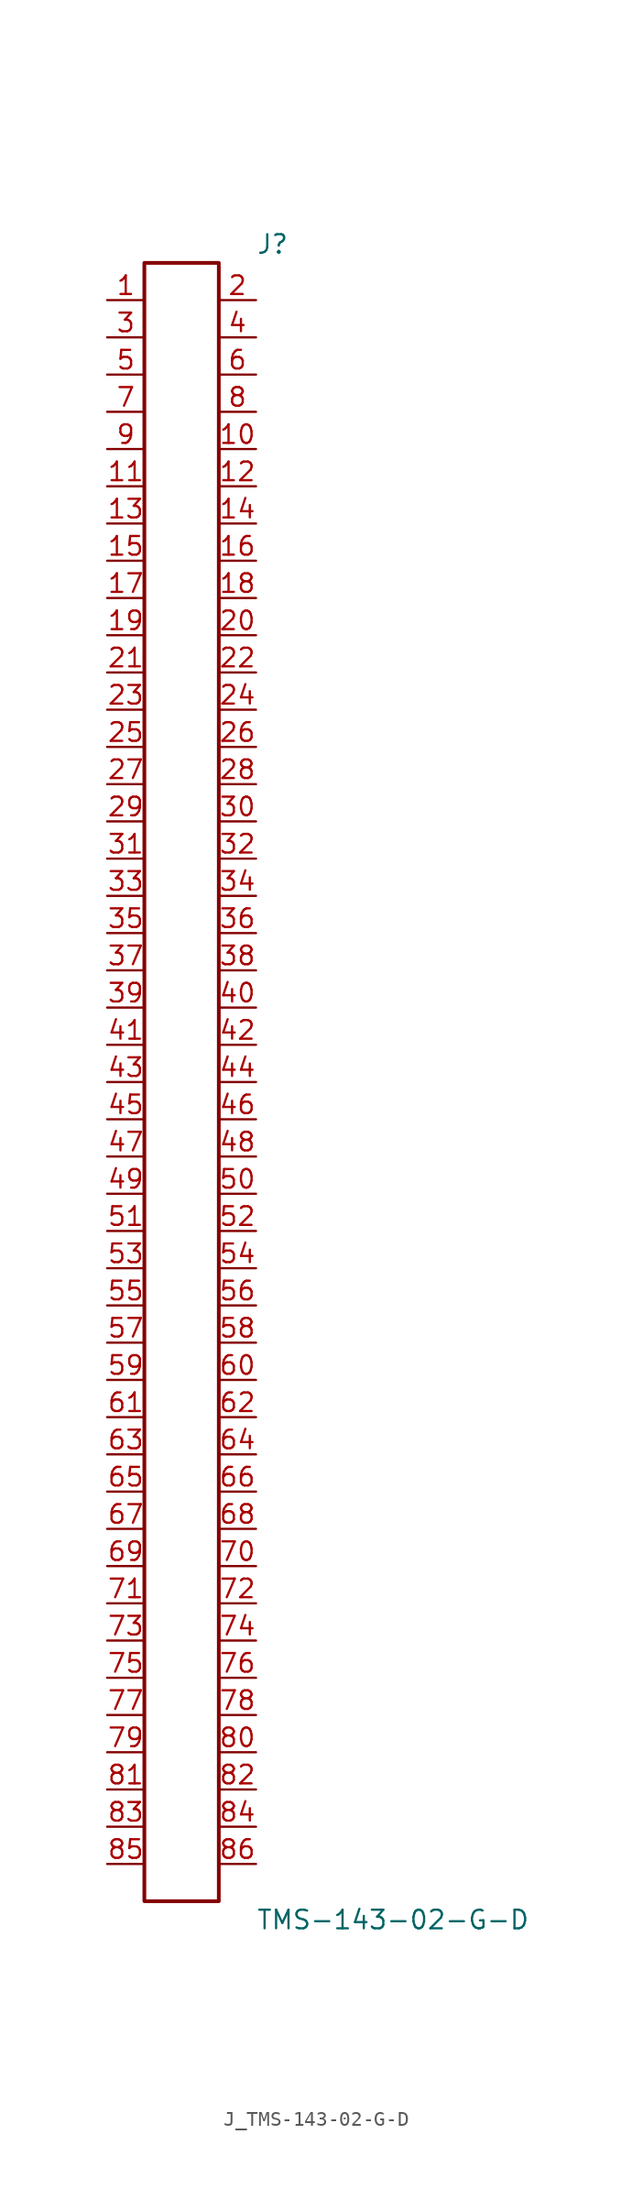
<source format=kicad_sym>
(kicad_symbol_lib
  (version 20231120)
  (generator kicad_symbol_editor)
  (generator_version 8.0)
  (symbol "J_TMS-143-02-G-D"
    (pin_names
      (offset 0.254))
    (property "Reference" "J"
      (at 5.08 57.15 0)
      (effects (font (size 1.27 1.27)) (justify left)))
    (property "Value" "TMS-143-02-G-D"
      (at 5.08 -57.15 0)
      (effects (font (size 1.27 1.27)) (justify left)))
    (symbol "J_TMS-143-02-G-D_0_0"
      (pin unspecified line (at -5.08 53.34 0) (length 2.54) (name "" (effects (font (size 1.27 1.27)))) (number "1" (effects (font (size 1.27 1.27)))))
      (pin unspecified line (at 5.08 53.34 180) (length 2.54) (name "" (effects (font (size 1.27 1.27)))) (number "2" (effects (font (size 1.27 1.27)))))
      (pin unspecified line (at -5.08 50.8 0) (length 2.54) (name "" (effects (font (size 1.27 1.27)))) (number "3" (effects (font (size 1.27 1.27)))))
      (pin unspecified line (at 5.08 50.8 180) (length 2.54) (name "" (effects (font (size 1.27 1.27)))) (number "4" (effects (font (size 1.27 1.27)))))
      (pin unspecified line (at -5.08 48.26 0) (length 2.54) (name "" (effects (font (size 1.27 1.27)))) (number "5" (effects (font (size 1.27 1.27)))))
      (pin unspecified line (at 5.08 48.26 180) (length 2.54) (name "" (effects (font (size 1.27 1.27)))) (number "6" (effects (font (size 1.27 1.27)))))
      (pin unspecified line (at -5.08 45.72 0) (length 2.54) (name "" (effects (font (size 1.27 1.27)))) (number "7" (effects (font (size 1.27 1.27)))))
      (pin unspecified line (at 5.08 45.72 180) (length 2.54) (name "" (effects (font (size 1.27 1.27)))) (number "8" (effects (font (size 1.27 1.27)))))
      (pin unspecified line (at -5.08 43.18 0) (length 2.54) (name "" (effects (font (size 1.27 1.27)))) (number "9" (effects (font (size 1.27 1.27)))))
      (pin unspecified line (at 5.08 43.18 180) (length 2.54) (name "" (effects (font (size 1.27 1.27)))) (number "10" (effects (font (size 1.27 1.27)))))
      (pin unspecified line (at -5.08 40.64 0) (length 2.54) (name "" (effects (font (size 1.27 1.27)))) (number "11" (effects (font (size 1.27 1.27)))))
      (pin unspecified line (at 5.08 40.64 180) (length 2.54) (name "" (effects (font (size 1.27 1.27)))) (number "12" (effects (font (size 1.27 1.27)))))
      (pin unspecified line (at -5.08 38.1 0) (length 2.54) (name "" (effects (font (size 1.27 1.27)))) (number "13" (effects (font (size 1.27 1.27)))))
      (pin unspecified line (at 5.08 38.1 180) (length 2.54) (name "" (effects (font (size 1.27 1.27)))) (number "14" (effects (font (size 1.27 1.27)))))
      (pin unspecified line (at -5.08 35.56 0) (length 2.54) (name "" (effects (font (size 1.27 1.27)))) (number "15" (effects (font (size 1.27 1.27)))))
      (pin unspecified line (at 5.08 35.56 180) (length 2.54) (name "" (effects (font (size 1.27 1.27)))) (number "16" (effects (font (size 1.27 1.27)))))
      (pin unspecified line (at -5.08 33.02 0) (length 2.54) (name "" (effects (font (size 1.27 1.27)))) (number "17" (effects (font (size 1.27 1.27)))))
      (pin unspecified line (at 5.08 33.02 180) (length 2.54) (name "" (effects (font (size 1.27 1.27)))) (number "18" (effects (font (size 1.27 1.27)))))
      (pin unspecified line (at -5.08 30.48 0) (length 2.54) (name "" (effects (font (size 1.27 1.27)))) (number "19" (effects (font (size 1.27 1.27)))))
      (pin unspecified line (at 5.08 30.48 180) (length 2.54) (name "" (effects (font (size 1.27 1.27)))) (number "20" (effects (font (size 1.27 1.27)))))
      (pin unspecified line (at -5.08 27.94 0) (length 2.54) (name "" (effects (font (size 1.27 1.27)))) (number "21" (effects (font (size 1.27 1.27)))))
      (pin unspecified line (at 5.08 27.94 180) (length 2.54) (name "" (effects (font (size 1.27 1.27)))) (number "22" (effects (font (size 1.27 1.27)))))
      (pin unspecified line (at -5.08 25.4 0) (length 2.54) (name "" (effects (font (size 1.27 1.27)))) (number "23" (effects (font (size 1.27 1.27)))))
      (pin unspecified line (at 5.08 25.4 180) (length 2.54) (name "" (effects (font (size 1.27 1.27)))) (number "24" (effects (font (size 1.27 1.27)))))
      (pin unspecified line (at -5.08 22.86 0) (length 2.54) (name "" (effects (font (size 1.27 1.27)))) (number "25" (effects (font (size 1.27 1.27)))))
      (pin unspecified line (at 5.08 22.86 180) (length 2.54) (name "" (effects (font (size 1.27 1.27)))) (number "26" (effects (font (size 1.27 1.27)))))
      (pin unspecified line (at -5.08 20.32 0) (length 2.54) (name "" (effects (font (size 1.27 1.27)))) (number "27" (effects (font (size 1.27 1.27)))))
      (pin unspecified line (at 5.08 20.32 180) (length 2.54) (name "" (effects (font (size 1.27 1.27)))) (number "28" (effects (font (size 1.27 1.27)))))
      (pin unspecified line (at -5.08 17.78 0) (length 2.54) (name "" (effects (font (size 1.27 1.27)))) (number "29" (effects (font (size 1.27 1.27)))))
      (pin unspecified line (at 5.08 17.78 180) (length 2.54) (name "" (effects (font (size 1.27 1.27)))) (number "30" (effects (font (size 1.27 1.27)))))
      (pin unspecified line (at -5.08 15.24 0) (length 2.54) (name "" (effects (font (size 1.27 1.27)))) (number "31" (effects (font (size 1.27 1.27)))))
      (pin unspecified line (at 5.08 15.24 180) (length 2.54) (name "" (effects (font (size 1.27 1.27)))) (number "32" (effects (font (size 1.27 1.27)))))
      (pin unspecified line (at -5.08 12.7 0) (length 2.54) (name "" (effects (font (size 1.27 1.27)))) (number "33" (effects (font (size 1.27 1.27)))))
      (pin unspecified line (at 5.08 12.7 180) (length 2.54) (name "" (effects (font (size 1.27 1.27)))) (number "34" (effects (font (size 1.27 1.27)))))
      (pin unspecified line (at -5.08 10.16 0) (length 2.54) (name "" (effects (font (size 1.27 1.27)))) (number "35" (effects (font (size 1.27 1.27)))))
      (pin unspecified line (at 5.08 10.16 180) (length 2.54) (name "" (effects (font (size 1.27 1.27)))) (number "36" (effects (font (size 1.27 1.27)))))
      (pin unspecified line (at -5.08 7.62 0) (length 2.54) (name "" (effects (font (size 1.27 1.27)))) (number "37" (effects (font (size 1.27 1.27)))))
      (pin unspecified line (at 5.08 7.62 180) (length 2.54) (name "" (effects (font (size 1.27 1.27)))) (number "38" (effects (font (size 1.27 1.27)))))
      (pin unspecified line (at -5.08 5.08 0) (length 2.54) (name "" (effects (font (size 1.27 1.27)))) (number "39" (effects (font (size 1.27 1.27)))))
      (pin unspecified line (at 5.08 5.08 180) (length 2.54) (name "" (effects (font (size 1.27 1.27)))) (number "40" (effects (font (size 1.27 1.27)))))
      (pin unspecified line (at -5.08 2.54 0) (length 2.54) (name "" (effects (font (size 1.27 1.27)))) (number "41" (effects (font (size 1.27 1.27)))))
      (pin unspecified line (at 5.08 2.54 180) (length 2.54) (name "" (effects (font (size 1.27 1.27)))) (number "42" (effects (font (size 1.27 1.27)))))
      (pin unspecified line (at -5.08 0.0 0) (length 2.54) (name "" (effects (font (size 1.27 1.27)))) (number "43" (effects (font (size 1.27 1.27)))))
      (pin unspecified line (at 5.08 0.0 180) (length 2.54) (name "" (effects (font (size 1.27 1.27)))) (number "44" (effects (font (size 1.27 1.27)))))
      (pin unspecified line (at -5.08 -2.54 0) (length 2.54) (name "" (effects (font (size 1.27 1.27)))) (number "45" (effects (font (size 1.27 1.27)))))
      (pin unspecified line (at 5.08 -2.54 180) (length 2.54) (name "" (effects (font (size 1.27 1.27)))) (number "46" (effects (font (size 1.27 1.27)))))
      (pin unspecified line (at -5.08 -5.08 0) (length 2.54) (name "" (effects (font (size 1.27 1.27)))) (number "47" (effects (font (size 1.27 1.27)))))
      (pin unspecified line (at 5.08 -5.08 180) (length 2.54) (name "" (effects (font (size 1.27 1.27)))) (number "48" (effects (font (size 1.27 1.27)))))
      (pin unspecified line (at -5.08 -7.62 0) (length 2.54) (name "" (effects (font (size 1.27 1.27)))) (number "49" (effects (font (size 1.27 1.27)))))
      (pin unspecified line (at 5.08 -7.62 180) (length 2.54) (name "" (effects (font (size 1.27 1.27)))) (number "50" (effects (font (size 1.27 1.27)))))
      (pin unspecified line (at -5.08 -10.16 0) (length 2.54) (name "" (effects (font (size 1.27 1.27)))) (number "51" (effects (font (size 1.27 1.27)))))
      (pin unspecified line (at 5.08 -10.16 180) (length 2.54) (name "" (effects (font (size 1.27 1.27)))) (number "52" (effects (font (size 1.27 1.27)))))
      (pin unspecified line (at -5.08 -12.7 0) (length 2.54) (name "" (effects (font (size 1.27 1.27)))) (number "53" (effects (font (size 1.27 1.27)))))
      (pin unspecified line (at 5.08 -12.7 180) (length 2.54) (name "" (effects (font (size 1.27 1.27)))) (number "54" (effects (font (size 1.27 1.27)))))
      (pin unspecified line (at -5.08 -15.24 0) (length 2.54) (name "" (effects (font (size 1.27 1.27)))) (number "55" (effects (font (size 1.27 1.27)))))
      (pin unspecified line (at 5.08 -15.24 180) (length 2.54) (name "" (effects (font (size 1.27 1.27)))) (number "56" (effects (font (size 1.27 1.27)))))
      (pin unspecified line (at -5.08 -17.78 0) (length 2.54) (name "" (effects (font (size 1.27 1.27)))) (number "57" (effects (font (size 1.27 1.27)))))
      (pin unspecified line (at 5.08 -17.78 180) (length 2.54) (name "" (effects (font (size 1.27 1.27)))) (number "58" (effects (font (size 1.27 1.27)))))
      (pin unspecified line (at -5.08 -20.32 0) (length 2.54) (name "" (effects (font (size 1.27 1.27)))) (number "59" (effects (font (size 1.27 1.27)))))
      (pin unspecified line (at 5.08 -20.32 180) (length 2.54) (name "" (effects (font (size 1.27 1.27)))) (number "60" (effects (font (size 1.27 1.27)))))
      (pin unspecified line (at -5.08 -22.86 0) (length 2.54) (name "" (effects (font (size 1.27 1.27)))) (number "61" (effects (font (size 1.27 1.27)))))
      (pin unspecified line (at 5.08 -22.86 180) (length 2.54) (name "" (effects (font (size 1.27 1.27)))) (number "62" (effects (font (size 1.27 1.27)))))
      (pin unspecified line (at -5.08 -25.4 0) (length 2.54) (name "" (effects (font (size 1.27 1.27)))) (number "63" (effects (font (size 1.27 1.27)))))
      (pin unspecified line (at 5.08 -25.4 180) (length 2.54) (name "" (effects (font (size 1.27 1.27)))) (number "64" (effects (font (size 1.27 1.27)))))
      (pin unspecified line (at -5.08 -27.94 0) (length 2.54) (name "" (effects (font (size 1.27 1.27)))) (number "65" (effects (font (size 1.27 1.27)))))
      (pin unspecified line (at 5.08 -27.94 180) (length 2.54) (name "" (effects (font (size 1.27 1.27)))) (number "66" (effects (font (size 1.27 1.27)))))
      (pin unspecified line (at -5.08 -30.48 0) (length 2.54) (name "" (effects (font (size 1.27 1.27)))) (number "67" (effects (font (size 1.27 1.27)))))
      (pin unspecified line (at 5.08 -30.48 180) (length 2.54) (name "" (effects (font (size 1.27 1.27)))) (number "68" (effects (font (size 1.27 1.27)))))
      (pin unspecified line (at -5.08 -33.02 0) (length 2.54) (name "" (effects (font (size 1.27 1.27)))) (number "69" (effects (font (size 1.27 1.27)))))
      (pin unspecified line (at 5.08 -33.02 180) (length 2.54) (name "" (effects (font (size 1.27 1.27)))) (number "70" (effects (font (size 1.27 1.27)))))
      (pin unspecified line (at -5.08 -35.56 0) (length 2.54) (name "" (effects (font (size 1.27 1.27)))) (number "71" (effects (font (size 1.27 1.27)))))
      (pin unspecified line (at 5.08 -35.56 180) (length 2.54) (name "" (effects (font (size 1.27 1.27)))) (number "72" (effects (font (size 1.27 1.27)))))
      (pin unspecified line (at -5.08 -38.1 0) (length 2.54) (name "" (effects (font (size 1.27 1.27)))) (number "73" (effects (font (size 1.27 1.27)))))
      (pin unspecified line (at 5.08 -38.1 180) (length 2.54) (name "" (effects (font (size 1.27 1.27)))) (number "74" (effects (font (size 1.27 1.27)))))
      (pin unspecified line (at -5.08 -40.64 0) (length 2.54) (name "" (effects (font (size 1.27 1.27)))) (number "75" (effects (font (size 1.27 1.27)))))
      (pin unspecified line (at 5.08 -40.64 180) (length 2.54) (name "" (effects (font (size 1.27 1.27)))) (number "76" (effects (font (size 1.27 1.27)))))
      (pin unspecified line (at -5.08 -43.18 0) (length 2.54) (name "" (effects (font (size 1.27 1.27)))) (number "77" (effects (font (size 1.27 1.27)))))
      (pin unspecified line (at 5.08 -43.18 180) (length 2.54) (name "" (effects (font (size 1.27 1.27)))) (number "78" (effects (font (size 1.27 1.27)))))
      (pin unspecified line (at -5.08 -45.72 0) (length 2.54) (name "" (effects (font (size 1.27 1.27)))) (number "79" (effects (font (size 1.27 1.27)))))
      (pin unspecified line (at 5.08 -45.72 180) (length 2.54) (name "" (effects (font (size 1.27 1.27)))) (number "80" (effects (font (size 1.27 1.27)))))
      (pin unspecified line (at -5.08 -48.26 0) (length 2.54) (name "" (effects (font (size 1.27 1.27)))) (number "81" (effects (font (size 1.27 1.27)))))
      (pin unspecified line (at 5.08 -48.26 180) (length 2.54) (name "" (effects (font (size 1.27 1.27)))) (number "82" (effects (font (size 1.27 1.27)))))
      (pin unspecified line (at -5.08 -50.8 0) (length 2.54) (name "" (effects (font (size 1.27 1.27)))) (number "83" (effects (font (size 1.27 1.27)))))
      (pin unspecified line (at 5.08 -50.8 180) (length 2.54) (name "" (effects (font (size 1.27 1.27)))) (number "84" (effects (font (size 1.27 1.27)))))
      (pin unspecified line (at -5.08 -53.34 0) (length 2.54) (name "" (effects (font (size 1.27 1.27)))) (number "85" (effects (font (size 1.27 1.27)))))
      (pin unspecified line (at 5.08 -53.34 180) (length 2.54) (name "" (effects (font (size 1.27 1.27)))) (number "86" (effects (font (size 1.27 1.27))))))
    (symbol "J_TMS-143-02-G-D_1_0"
      (rectangle (start -2.54 55.88) (end 2.54 -55.88) (stroke (width 0.254) (type solid)) (fill (type none))))))
</source>
